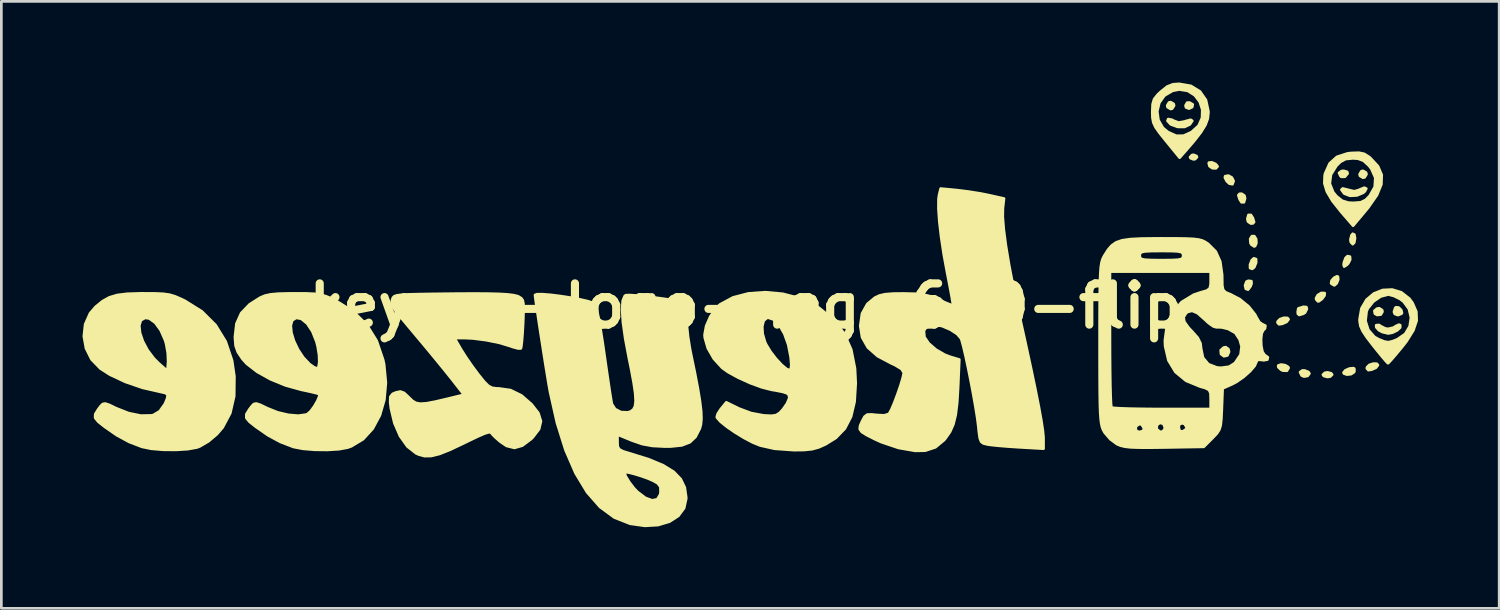
<source format=kicad_pcb>
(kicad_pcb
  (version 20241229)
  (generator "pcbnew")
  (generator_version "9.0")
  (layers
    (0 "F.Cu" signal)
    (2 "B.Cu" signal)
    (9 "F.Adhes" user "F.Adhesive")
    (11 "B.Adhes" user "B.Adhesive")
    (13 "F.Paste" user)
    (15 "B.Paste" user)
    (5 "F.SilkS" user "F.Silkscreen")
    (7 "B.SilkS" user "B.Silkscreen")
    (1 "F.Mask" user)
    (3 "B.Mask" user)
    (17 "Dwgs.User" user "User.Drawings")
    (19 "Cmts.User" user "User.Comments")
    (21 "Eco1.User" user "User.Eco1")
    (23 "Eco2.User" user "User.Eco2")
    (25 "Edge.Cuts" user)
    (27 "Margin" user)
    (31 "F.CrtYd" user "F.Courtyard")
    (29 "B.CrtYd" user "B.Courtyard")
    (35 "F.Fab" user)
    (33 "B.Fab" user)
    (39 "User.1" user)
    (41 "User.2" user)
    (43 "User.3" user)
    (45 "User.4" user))
  (footprint "keyzee-logo-neg-640-flip"
    (layer "F.Cu")
    (at 24.517 8.26)
    (property "Reference" "keyzee-logo-neg-640-flip" (at 0 0 0) (layer "F.SilkS") (effects (font (size 1.524 1.524) (thickness 0.3))))
    (attr through_hole)
    (fp_poly (pts (xy 16.523 -7.449) (xy 16.503 -7.352) (xy 16.387 -7.296) (xy 16.275 -7.337) (xy 16.256 -7.408) (xy 16.317 -7.515) (xy 16.404 -7.519) (xy 16.523 -7.449)) (stroke (width 0.1) (type solid)) (fill yes) (layer "F.SilkS"))
    (fp_poly (pts (xy 15.833 -7.408) (xy 15.765 -7.296) (xy 15.706 -7.281) (xy 15.593 -7.349) (xy 15.579 -7.408) (xy 15.646 -7.521) (xy 15.706 -7.535) (xy 15.818 -7.468) (xy 15.833 -7.408)) (stroke (width 0.1) (type solid)) (fill yes) (layer "F.SilkS"))
    (fp_poly (pts (xy 16.679 -5.503) (xy 16.611 -5.428) (xy 16.552 -5.419) (xy 16.44 -5.464) (xy 16.425 -5.503) (xy 16.494 -5.578) (xy 16.552 -5.588) (xy 16.665 -5.542) (xy 16.679 -5.503)) (stroke (width 0.1) (type solid)) (fill yes) (layer "F.SilkS"))
    (fp_poly (pts (xy 17.865 1.693) (xy 17.804 1.83) (xy 17.676 1.859) (xy 17.568 1.778) (xy 17.557 1.636) (xy 17.667 1.537) (xy 17.743 1.524) (xy 17.842 1.594) (xy 17.865 1.693)) (stroke (width 0.1) (type solid)) (fill yes) (layer "F.SilkS"))
    (fp_poly (pts (xy 18.457 -3.979) (xy 18.416 -3.833) (xy 18.327 -3.833) (xy 18.255 -3.944) (xy 18.209 -4.094) (xy 18.253 -4.144) (xy 18.33 -4.149) (xy 18.434 -4.078) (xy 18.457 -3.979)) (stroke (width 0.1) (type solid)) (fill yes) (layer "F.SilkS"))
    (fp_poly (pts (xy 18.697 -0.832) (xy 18.66 -0.727) (xy 18.569 -0.604) (xy 18.485 -0.634) (xy 18.457 -0.762) (xy 18.51 -0.9) (xy 18.584 -0.931) (xy 18.691 -0.915) (xy 18.697 -0.832)) (stroke (width 0.1) (type solid)) (fill yes) (layer "F.SilkS"))
    (fp_poly (pts (xy 18.79 -3.102) (xy 18.746 -3.052) (xy 18.669 -3.048) (xy 18.566 -3.119) (xy 18.542 -3.217) (xy 18.583 -3.364) (xy 18.673 -3.364) (xy 18.745 -3.253) (xy 18.79 -3.102)) (stroke (width 0.1) (type solid)) (fill yes) (layer "F.SilkS"))
    (fp_poly (pts (xy 18.867 -1.604) (xy 18.8 -1.436) (xy 18.725 -1.373) (xy 18.643 -1.4) (xy 18.641 -1.529) (xy 18.707 -1.696) (xy 18.782 -1.76) (xy 18.864 -1.732) (xy 18.867 -1.604)) (stroke (width 0.1) (type solid)) (fill yes) (layer "F.SilkS"))
    (fp_poly (pts (xy 20.836 2.498) (xy 20.771 2.586) (xy 20.637 2.61) (xy 20.549 2.571) (xy 20.49 2.448) (xy 20.574 2.384) (xy 20.662 2.386) (xy 20.802 2.443) (xy 20.836 2.498)) (stroke (width 0.1) (type solid)) (fill yes) (layer "F.SilkS"))
    (fp_poly (pts (xy 21.675 2.54) (xy 21.604 2.609) (xy 21.505 2.625) (xy 21.368 2.589) (xy 21.336 2.54) (xy 21.407 2.471) (xy 21.505 2.455) (xy 21.643 2.491) (xy 21.675 2.54)) (stroke (width 0.1) (type solid)) (fill yes) (layer "F.SilkS"))
    (fp_poly (pts (xy 22.248 -4.895) (xy 22.149 -4.778) (xy 22.018 -4.773) (xy 21.987 -4.796) (xy 21.931 -4.917) (xy 22.026 -4.988) (xy 22.105 -4.995) (xy 22.232 -4.956) (xy 22.248 -4.895)) (stroke (width 0.1) (type solid)) (fill yes) (layer "F.SilkS"))
    (fp_poly (pts (xy 22.521 -2.503) (xy 22.493 -2.341) (xy 22.437 -2.286) (xy 22.367 -2.357) (xy 22.352 -2.45) (xy 22.391 -2.612) (xy 22.437 -2.667) (xy 22.499 -2.637) (xy 22.521 -2.503)) (stroke (width 0.1) (type solid)) (fill yes) (layer "F.SilkS"))
    (fp_poly (pts (xy 22.945 -4.868) (xy 22.877 -4.756) (xy 22.818 -4.741) (xy 22.705 -4.809) (xy 22.691 -4.868) (xy 22.758 -4.981) (xy 22.818 -4.995) (xy 22.93 -4.928) (xy 22.945 -4.868)) (stroke (width 0.1) (type solid)) (fill yes) (layer "F.SilkS"))
    (fp_poly (pts (xy 23.537 0.212) (xy 23.474 0.318) (xy 23.341 0.333) (xy 23.257 0.285) (xy 23.238 0.181) (xy 23.335 0.099) (xy 23.415 0.085) (xy 23.523 0.153) (xy 23.537 0.212)) (stroke (width 0.1) (type solid)) (fill yes) (layer "F.SilkS"))
    (fp_poly (pts (xy 18.034 -4.617) (xy 17.99 -4.501) (xy 17.878 -4.522) (xy 17.778 -4.616) (xy 17.712 -4.744) (xy 17.722 -4.796) (xy 17.841 -4.819) (xy 17.971 -4.745) (xy 18.034 -4.619) (xy 18.034 -4.617)) (stroke (width 0.1) (type solid)) (fill yes) (layer "F.SilkS"))
    (fp_poly (pts (xy 18.875 -2.321) (xy 18.828 -2.214) (xy 18.793 -2.201) (xy 18.69 -2.269) (xy 18.659 -2.324) (xy 18.647 -2.478) (xy 18.711 -2.581) (xy 18.802 -2.579) (xy 18.867 -2.471) (xy 18.875 -2.321)) (stroke (width 0.1) (type solid)) (fill yes) (layer "F.SilkS"))
    (fp_poly (pts (xy 20.066 0.493) (xy 19.995 0.588) (xy 19.831 0.661) (xy 19.713 0.677) (xy 19.657 0.616) (xy 19.663 0.572) (xy 19.75 0.486) (xy 19.895 0.438) (xy 20.024 0.443) (xy 20.066 0.493)) (stroke (width 0.1) (type solid)) (fill yes) (layer "F.SilkS"))
    (fp_poly (pts (xy 20.066 2.291) (xy 20.005 2.395) (xy 19.854 2.389) (xy 19.787 2.358) (xy 19.686 2.262) (xy 19.683 2.204) (xy 19.786 2.166) (xy 19.939 2.19) (xy 20.052 2.256) (xy 20.066 2.291)) (stroke (width 0.1) (type solid)) (fill yes) (layer "F.SilkS"))
    (fp_poly (pts (xy 22.343 -1.714) (xy 22.274 -1.576) (xy 22.217 -1.517) (xy 22.12 -1.456) (xy 22.101 -1.526) (xy 22.111 -1.606) (xy 22.173 -1.775) (xy 22.246 -1.842) (xy 22.335 -1.822) (xy 22.343 -1.714)) (stroke (width 0.1) (type solid)) (fill yes) (layer "F.SilkS"))
    (fp_poly (pts (xy 23.368 2.186) (xy 23.297 2.282) (xy 23.133 2.354) (xy 23.015 2.371) (xy 22.959 2.309) (xy 22.965 2.265) (xy 23.052 2.179) (xy 23.197 2.132) (xy 23.326 2.136) (xy 23.368 2.186)) (stroke (width 0.1) (type solid)) (fill yes) (layer "F.SilkS"))
    (fp_poly (pts (xy 24.256 0.262) (xy 24.242 0.283) (xy 24.108 0.339) (xy 23.99 0.293) (xy 23.961 0.217) (xy 24.006 0.077) (xy 24.036 0.048) (xy 24.138 0.06) (xy 24.232 0.155) (xy 24.256 0.262)) (stroke (width 0.1) (type solid)) (fill yes) (layer "F.SilkS"))
    (fp_poly (pts (xy 17.441 -5.156) (xy 17.38 -5.088) (xy 17.252 -5.093) (xy 17.144 -5.166) (xy 17.142 -5.17) (xy 17.114 -5.28) (xy 17.124 -5.299) (xy 17.23 -5.308) (xy 17.367 -5.248) (xy 17.441 -5.161) (xy 17.441 -5.156)) (stroke (width 0.1) (type solid)) (fill yes) (layer "F.SilkS"))
    (fp_poly (pts (xy 21.403 -0.47) (xy 21.392 -0.382) (xy 21.303 -0.262) (xy 21.192 -0.178) (xy 21.156 -0.169) (xy 21.089 -0.237) (xy 21.082 -0.287) (xy 21.144 -0.401) (xy 21.275 -0.48) (xy 21.394 -0.477) (xy 21.403 -0.47)) (stroke (width 0.1) (type solid)) (fill yes) (layer "F.SilkS"))
    (fp_poly (pts (xy 21.901 -0.975) (xy 21.844 -0.836) (xy 21.76 -0.762) (xy 21.755 -0.762) (xy 21.649 -0.823) (xy 21.638 -0.837) (xy 21.654 -0.934) (xy 21.748 -1.041) (xy 21.854 -1.095) (xy 21.89 -1.083) (xy 21.901 -0.975)) (stroke (width 0.1) (type solid)) (fill yes) (layer "F.SilkS"))
    (fp_poly (pts (xy 22.499 2.415) (xy 22.482 2.45) (xy 22.374 2.52) (xy 22.224 2.537) (xy 22.113 2.498) (xy 22.098 2.461) (xy 22.168 2.379) (xy 22.317 2.314) (xy 22.458 2.299) (xy 22.494 2.315) (xy 22.499 2.415)) (stroke (width 0.1) (type solid)) (fill yes) (layer "F.SilkS"))
    (fp_poly (pts (xy 20.743 0.109) (xy 20.675 0.246) (xy 20.609 0.287) (xy 20.459 0.333) (xy 20.409 0.289) (xy 20.405 0.212) (xy 20.424 0.099) (xy 20.44 0.085) (xy 20.54 0.058) (xy 20.609 0.033) (xy 20.723 0.041) (xy 20.743 0.109)) (stroke (width 0.1) (type solid)) (fill yes) (layer "F.SilkS"))
    (fp_poly (pts (xy 16.506 -6.843) (xy 16.422 -6.719) (xy 16.408 -6.706) (xy 16.218 -6.618) (xy 15.963 -6.62) (xy 15.724 -6.708) (xy 15.701 -6.724) (xy 15.59 -6.844) (xy 15.616 -6.908) (xy 15.747 -6.885) (xy 15.823 -6.845) (xy 16.003 -6.779) (xy 16.219 -6.818) (xy 16.254 -6.831) (xy 16.448 -6.882) (xy 16.506 -6.843)) (stroke (width 0.1) (type solid)) (fill yes) (layer "F.SilkS"))
    (fp_poly (pts (xy 22.938 -4.338) (xy 22.885 -4.237) (xy 22.823 -4.184) (xy 22.591 -4.086) (xy 22.334 -4.074) (xy 22.132 -4.151) (xy 22.115 -4.166) (xy 22.019 -4.296) (xy 22.066 -4.342) (xy 22.249 -4.299) (xy 22.269 -4.291) (xy 22.496 -4.238) (xy 22.676 -4.29) (xy 22.701 -4.305) (xy 22.866 -4.371) (xy 22.938 -4.338)) (stroke (width 0.1) (type solid)) (fill yes) (layer "F.SilkS"))
    (fp_poly (pts (xy 24.192 0.711) (xy 24.189 0.8) (xy 24.076 0.904) (xy 23.905 0.987) (xy 23.749 1.016) (xy 23.536 0.966) (xy 23.405 0.896) (xy 23.304 0.782) (xy 23.306 0.711) (xy 23.411 0.704) (xy 23.471 0.746) (xy 23.635 0.83) (xy 23.749 0.847) (xy 23.943 0.802) (xy 24.027 0.746) (xy 24.145 0.692) (xy 24.192 0.711)) (stroke (width 0.1) (type solid)) (fill yes) (layer "F.SilkS"))
    (fp_poly (pts (xy 17.102 -7.146) (xy 17.078 -6.923) (xy 16.993 -6.693) (xy 16.877 -6.504) (xy 16.877 -7.257) (xy 16.783 -7.546) (xy 16.599 -7.788) (xy 16.341 -7.951) (xy 16.024 -8.002) (xy 15.78 -7.955) (xy 15.479 -7.779) (xy 15.288 -7.512) (xy 15.211 -7.196) (xy 15.254 -6.872) (xy 15.42 -6.584) (xy 15.607 -6.429) (xy 15.913 -6.291) (xy 16.187 -6.294) (xy 16.48 -6.428) (xy 16.741 -6.666) (xy 16.868 -6.953) (xy 16.877 -7.257) (xy 16.877 -6.504) (xy 16.831 -6.428) (xy 16.574 -6.097) (xy 16.328 -5.81) (xy 16.039 -5.481) (xy 15.534 -6.099) (xy 15.296 -6.396) (xy 15.147 -6.608) (xy 15.067 -6.781) (xy 15.034 -6.958) (xy 15.028 -7.175) (xy 15.04 -7.456) (xy 15.094 -7.642) (xy 15.224 -7.808) (xy 15.345 -7.923) (xy 15.58 -8.11) (xy 15.796 -8.194) (xy 16.022 -8.21) (xy 16.454 -8.135) (xy 16.79 -7.93) (xy 17.011 -7.613) (xy 17.101 -7.199) (xy 17.102 -7.146)) (stroke (width 0.1) (type solid)) (fill yes) (layer "F.SilkS"))
    (fp_poly (pts (xy 23.508 -4.845) (xy 23.495 -4.493) (xy 23.333 -4.098) (xy 23.272 -4.011) (xy 23.272 -4.74) (xy 23.124 -5.074) (xy 23.038 -5.183) (xy 22.838 -5.368) (xy 22.632 -5.445) (xy 22.437 -5.457) (xy 22.173 -5.431) (xy 21.978 -5.325) (xy 21.835 -5.183) (xy 21.63 -4.854) (xy 21.589 -4.522) (xy 21.715 -4.205) (xy 21.837 -4.057) (xy 22.047 -3.889) (xy 22.276 -3.819) (xy 22.465 -3.81) (xy 22.732 -3.831) (xy 22.914 -3.918) (xy 23.064 -4.07) (xy 23.252 -4.402) (xy 23.272 -4.74) (xy 23.272 -4.011) (xy 23.018 -3.646) (xy 22.949 -3.561) (xy 22.451 -2.966) (xy 22.02 -3.463) (xy 21.687 -3.881) (xy 21.481 -4.228) (xy 21.389 -4.534) (xy 21.4 -4.826) (xy 21.417 -4.898) (xy 21.583 -5.268) (xy 21.854 -5.512) (xy 22.243 -5.638) (xy 22.376 -5.654) (xy 22.663 -5.664) (xy 22.858 -5.624) (xy 23.033 -5.515) (xy 23.086 -5.472) (xy 23.371 -5.166) (xy 23.508 -4.845)) (stroke (width 0.1) (type solid)) (fill yes) (layer "F.SilkS"))
    (fp_poly (pts (xy 24.8 0.541) (xy 24.68 0.901) (xy 24.591 1.043) (xy 24.591 0.431) (xy 24.516 0.112) (xy 24.316 -0.162) (xy 24.185 -0.26) (xy 23.96 -0.37) (xy 23.765 -0.422) (xy 23.749 -0.423) (xy 23.469 -0.35) (xy 23.198 -0.163) (xy 22.996 0.09) (xy 22.949 0.198) (xy 22.91 0.554) (xy 23.013 0.884) (xy 23.238 1.142) (xy 23.386 1.227) (xy 23.608 1.317) (xy 23.76 1.341) (xy 23.925 1.299) (xy 24.093 1.231) (xy 24.377 1.033) (xy 24.544 0.752) (xy 24.591 0.431) (xy 24.591 1.043) (xy 24.422 1.313) (xy 24.258 1.523) (xy 24.041 1.784) (xy 23.866 1.987) (xy 23.76 2.102) (xy 23.74 2.117) (xy 23.678 2.055) (xy 23.535 1.888) (xy 23.336 1.646) (xy 23.2 1.476) (xy 22.955 1.157) (xy 22.802 0.925) (xy 22.721 0.74) (xy 22.692 0.562) (xy 22.691 0.491) (xy 22.76 0.089) (xy 22.947 -0.231) (xy 23.219 -0.46) (xy 23.545 -0.589) (xy 23.893 -0.606) (xy 24.232 -0.504) (xy 24.53 -0.271) (xy 24.648 -0.111) (xy 24.788 0.211) (xy 24.8 0.541)) (stroke (width 0.1) (type solid)) (fill yes) (layer "F.SilkS"))
    (fp_poly (pts (xy -18.903 2.604) (xy -18.911 3.333) (xy -19.055 3.962) (xy -19.336 4.49) (xy -19.551 4.741) (xy -19.868 5.008) (xy -20.185 5.192) (xy -20.287 5.231) (xy -20.626 5.292) (xy -21.064 5.32) (xy -21.352 5.317) (xy -21.352 2.044) (xy -21.365 1.737) (xy -21.427 1.393) (xy -21.462 1.273) (xy -21.626 0.899) (xy -21.829 0.62) (xy -22.047 0.462) (xy -22.205 0.439) (xy -22.36 0.53) (xy -22.419 0.724) (xy -22.392 0.992) (xy -22.287 1.304) (xy -22.114 1.63) (xy -21.881 1.94) (xy -21.701 2.12) (xy -21.378 2.404) (xy -21.352 2.044) (xy -21.352 5.317) (xy -21.536 5.315) (xy -21.975 5.278) (xy -22.316 5.208) (xy -22.317 5.208) (xy -22.792 5.026) (xy -23.247 4.779) (xy -23.687 4.474) (xy -23.932 4.281) (xy -24.049 4.139) (xy -24.047 4) (xy -23.935 3.819) (xy -23.846 3.702) (xy -23.769 3.624) (xy -23.679 3.607) (xy -23.528 3.657) (xy -23.279 3.778) (xy -22.817 3.961) (xy -22.36 4.054) (xy -21.964 4.046) (xy -21.902 4.033) (xy -21.665 3.893) (xy -21.47 3.619) (xy -21.386 3.412) (xy -21.368 3.288) (xy -21.443 3.22) (xy -21.649 3.173) (xy -22.301 3.024) (xy -22.937 2.805) (xy -23.503 2.539) (xy -23.856 2.313) (xy -24.183 1.975) (xy -24.388 1.566) (xy -24.467 1.121) (xy -24.419 0.678) (xy -24.24 0.274) (xy -24.032 0.031) (xy -23.779 -0.175) (xy -23.527 -0.316) (xy -23.235 -0.404) (xy -22.862 -0.45) (xy -22.368 -0.465) (xy -22.267 -0.465) (xy -21.838 -0.463) (xy -21.531 -0.449) (xy -21.298 -0.416) (xy -21.093 -0.354) (xy -20.868 -0.256) (xy -20.737 -0.193) (xy -20.102 0.204) (xy -19.596 0.709) (xy -19.224 1.316) (xy -18.988 2.021) (xy -18.903 2.604)) (stroke (width 0.1) (type solid)) (fill yes) (layer "F.SilkS"))
    (fp_poly (pts (xy 4.064 2.854) (xy 4.023 3.538) (xy 3.893 4.091) (xy 3.665 4.531) (xy 3.331 4.877) (xy 2.949 5.114) (xy 2.693 5.228) (xy 2.451 5.294) (xy 2.163 5.324) (xy 1.783 5.329) (xy 1.684 5.322) (xy 1.684 2.171) (xy 1.66 1.891) (xy 1.571 1.432) (xy 1.428 1.031) (xy 1.246 0.713) (xy 1.042 0.505) (xy 0.831 0.433) (xy 0.789 0.438) (xy 0.665 0.538) (xy 0.609 0.75) (xy 0.624 1.028) (xy 0.711 1.33) (xy 0.754 1.424) (xy 0.912 1.684) (xy 1.113 1.947) (xy 1.323 2.174) (xy 1.505 2.327) (xy 1.609 2.371) (xy 1.668 2.325) (xy 1.684 2.171) (xy 1.684 5.322) (xy 1.065 5.277) (xy 0.531 5.157) (xy 0.259 5.046) (xy -0.061 4.878) (xy -0.39 4.678) (xy -0.691 4.471) (xy -0.927 4.282) (xy -1.058 4.135) (xy -1.071 4.106) (xy -1.038 3.99) (xy -0.926 3.816) (xy -0.906 3.792) (xy -0.718 3.562) (xy -0.263 3.787) (xy 0.195 3.959) (xy 0.665 4.047) (xy 0.674 4.047) (xy 0.954 4.06) (xy 1.128 4.034) (xy 1.258 3.949) (xy 1.382 3.813) (xy 1.526 3.604) (xy 1.604 3.419) (xy 1.609 3.382) (xy 1.594 3.291) (xy 1.528 3.228) (xy 1.375 3.177) (xy 1.102 3.123) (xy 0.96 3.1) (xy 0.594 3.007) (xy 0.165 2.85) (xy -0.267 2.655) (xy -0.643 2.45) (xy -0.867 2.291) (xy -1.177 1.953) (xy -1.403 1.56) (xy -1.515 1.169) (xy -1.522 1.064) (xy -1.463 0.74) (xy -1.308 0.387) (xy -1.093 0.077) (xy -0.946 -0.06) (xy -0.47 -0.315) (xy 0.1 -0.464) (xy 0.725 -0.508) (xy 1.369 -0.449) (xy 1.993 -0.288) (xy 2.561 -0.027) (xy 2.706 0.066) (xy 3.242 0.509) (xy 3.637 1.02) (xy 3.899 1.614) (xy 4.037 2.309) (xy 4.064 2.854)) (stroke (width 0.1) (type solid)) (fill yes) (layer "F.SilkS"))
    (fp_poly (pts (xy -13.304 2.837) (xy -13.359 3.469) (xy -13.525 4.043) (xy -13.79 4.535) (xy -14.145 4.924) (xy -14.58 5.186) (xy -14.72 5.236) (xy -15.043 5.295) (xy -15.468 5.321) (xy -15.93 5.316) (xy -16.364 5.28) (xy -16.706 5.215) (xy -16.729 5.208) (xy -17.204 5.026) (xy -17.659 4.779) (xy -18.099 4.474) (xy -18.344 4.281) (xy -18.461 4.139) (xy -18.459 4) (xy -18.347 3.819) (xy -18.258 3.702) (xy -18.182 3.624) (xy -18.091 3.607) (xy -17.941 3.657) (xy -17.687 3.78) (xy -17.685 3.781) (xy -17.307 3.932) (xy -16.908 4.026) (xy -16.54 4.057) (xy -16.254 4.017) (xy -16.195 3.992) (xy -16.078 3.884) (xy -15.946 3.702) (xy -15.83 3.5) (xy -15.762 3.332) (xy -15.764 3.258) (xy -15.764 3.258) (xy -15.764 2.067) (xy -15.773 1.812) (xy -15.825 1.493) (xy -15.868 1.324) (xy -16.019 0.942) (xy -16.214 0.649) (xy -16.429 0.474) (xy -16.617 0.439) (xy -16.764 0.529) (xy -16.819 0.722) (xy -16.794 0.988) (xy -16.701 1.295) (xy -16.55 1.612) (xy -16.353 1.908) (xy -16.122 2.151) (xy -15.959 2.265) (xy -15.845 2.311) (xy -15.79 2.252) (xy -15.764 2.067) (xy -15.764 3.258) (xy -15.855 3.228) (xy -16.07 3.175) (xy -16.366 3.111) (xy -16.427 3.098) (xy -17.007 2.938) (xy -17.564 2.711) (xy -18.056 2.437) (xy -18.443 2.137) (xy -18.602 1.962) (xy -18.776 1.703) (xy -18.858 1.469) (xy -18.881 1.168) (xy -18.881 1.132) (xy -18.826 0.654) (xy -18.651 0.265) (xy -18.339 -0.06) (xy -17.949 -0.307) (xy -17.778 -0.38) (xy -17.568 -0.427) (xy -17.279 -0.454) (xy -16.874 -0.464) (xy -16.679 -0.465) (xy -16.25 -0.463) (xy -15.942 -0.449) (xy -15.71 -0.415) (xy -15.505 -0.354) (xy -15.281 -0.257) (xy -15.155 -0.196) (xy -14.515 0.2) (xy -14.012 0.693) (xy -13.643 1.289) (xy -13.404 1.993) (xy -13.367 2.168) (xy -13.304 2.837)) (stroke (width 0.1) (type solid)) (fill yes) (layer "F.SilkS"))
    (fp_poly (pts (xy -7.571 4.261) (xy -7.64 4.553) (xy -7.872 4.857) (xy -7.938 4.921) (xy -8.26 5.162) (xy -8.551 5.246) (xy -8.84 5.174) (xy -9.074 5.016) (xy -9.254 4.859) (xy -9.368 4.743) (xy -9.384 4.72) (xy -9.424 4.675) (xy -9.505 4.67) (xy -9.651 4.714) (xy -9.886 4.816) (xy -10.237 4.983) (xy -10.44 5.083) (xy -10.939 5.318) (xy -11.324 5.471) (xy -11.626 5.546) (xy -11.873 5.55) (xy -12.095 5.489) (xy -12.19 5.444) (xy -12.507 5.194) (xy -12.779 4.811) (xy -12.988 4.329) (xy -13.118 3.783) (xy -13.143 3.565) (xy -13.138 3.359) (xy -13.053 3.25) (xy -12.931 3.198) (xy -12.767 3.163) (xy -12.631 3.213) (xy -12.46 3.371) (xy -12.446 3.387) (xy -12.319 3.509) (xy -12.191 3.585) (xy -12.029 3.614) (xy -11.803 3.599) (xy -11.481 3.538) (xy -11.032 3.433) (xy -10.943 3.411) (xy -10.415 3.282) (xy -10.854 2.72) (xy -11.077 2.442) (xy -11.373 2.078) (xy -11.707 1.672) (xy -12.043 1.268) (xy -12.103 1.197) (xy -12.459 0.773) (xy -12.721 0.458) (xy -12.901 0.233) (xy -13.013 0.077) (xy -13.072 -0.031) (xy -13.09 -0.11) (xy -13.082 -0.181) (xy -13.068 -0.234) (xy -13.044 -0.304) (xy -12.997 -0.354) (xy -12.903 -0.389) (xy -12.736 -0.412) (xy -12.473 -0.427) (xy -12.087 -0.437) (xy -11.611 -0.445) (xy -10.771 -0.455) (xy -10.086 -0.459) (xy -9.539 -0.456) (xy -9.115 -0.445) (xy -8.8 -0.426) (xy -8.577 -0.398) (xy -8.432 -0.362) (xy -8.389 -0.342) (xy -8.301 -0.287) (xy -8.246 -0.213) (xy -8.218 -0.087) (xy -8.212 0.127) (xy -8.223 0.462) (xy -8.23 0.644) (xy -8.251 1.013) (xy -8.275 1.315) (xy -8.299 1.513) (xy -8.315 1.57) (xy -8.415 1.571) (xy -8.61 1.518) (xy -8.689 1.489) (xy -9.094 1.366) (xy -9.585 1.265) (xy -10.08 1.201) (xy -10.394 1.185) (xy -10.767 1.185) (xy -10.527 1.6) (xy -10.348 1.883) (xy -10.114 2.223) (xy -9.885 2.531) (xy -9.673 2.794) (xy -9.52 2.949) (xy -9.384 3.024) (xy -9.224 3.047) (xy -9.141 3.048) (xy -8.697 3.11) (xy -8.294 3.307) (xy -7.921 3.631) (xy -7.665 3.96) (xy -7.571 4.261)) (stroke (width 0.1) (type solid)) (fill yes) (layer "F.SilkS"))
    (fp_poly (pts (xy 11.007 5.275) (xy 10.097 5.223) (xy 9.691 5.196) (xy 9.322 5.165) (xy 9.04 5.135) (xy 8.921 5.116) (xy 8.783 5.081) (xy 8.7 5.017) (xy 8.65 4.886) (xy 8.617 4.647) (xy 8.598 4.458) (xy 8.559 4.153) (xy 8.495 3.75) (xy 8.413 3.283) (xy 8.32 2.79) (xy 8.223 2.306) (xy 8.129 1.865) (xy 8.045 1.506) (xy 7.979 1.262) (xy 7.957 1.202) (xy 7.816 1.038) (xy 7.568 0.876) (xy 7.27 0.748) (xy 6.983 0.682) (xy 6.924 0.679) (xy 6.7 0.744) (xy 6.585 0.916) (xy 6.606 1.15) (xy 6.762 1.381) (xy 7.028 1.612) (xy 7.352 1.801) (xy 7.549 1.877) (xy 7.893 1.98) (xy 7.85 3.001) (xy 7.815 3.583) (xy 7.76 4.029) (xy 7.675 4.375) (xy 7.552 4.653) (xy 7.382 4.897) (xy 7.33 4.959) (xy 7.011 5.224) (xy 6.633 5.349) (xy 6.265 5.355) (xy 5.648 5.248) (xy 5.012 5.033) (xy 4.784 4.93) (xy 4.471 4.772) (xy 4.289 4.657) (xy 4.214 4.554) (xy 4.225 4.433) (xy 4.296 4.268) (xy 4.391 4.093) (xy 4.491 4.016) (xy 4.659 4.01) (xy 4.825 4.029) (xy 5.114 4.045) (xy 5.278 3.995) (xy 5.307 3.967) (xy 5.387 3.82) (xy 5.495 3.564) (xy 5.613 3.249) (xy 5.723 2.929) (xy 5.805 2.654) (xy 5.842 2.477) (xy 5.842 2.466) (xy 5.758 2.329) (xy 5.505 2.177) (xy 5.397 2.13) (xy 4.876 1.855) (xy 4.512 1.534) (xy 4.3 1.159) (xy 4.233 0.735) (xy 4.298 0.279) (xy 4.496 -0.075) (xy 4.774 -0.306) (xy 4.943 -0.386) (xy 5.155 -0.434) (xy 5.454 -0.457) (xy 5.842 -0.461) (xy 6.258 -0.451) (xy 6.564 -0.42) (xy 6.819 -0.359) (xy 7.084 -0.255) (xy 7.146 -0.227) (xy 7.403 -0.113) (xy 7.589 -0.039) (xy 7.662 -0.02) (xy 7.652 -0.106) (xy 7.615 -0.329) (xy 7.554 -0.656) (xy 7.477 -1.06) (xy 7.444 -1.228) (xy 7.319 -1.908) (xy 7.223 -2.548) (xy 7.156 -3.12) (xy 7.123 -3.599) (xy 7.126 -3.956) (xy 7.148 -4.112) (xy 7.205 -4.339) (xy 7.815 -4.281) (xy 8.231 -4.229) (xy 8.682 -4.157) (xy 8.985 -4.096) (xy 9.546 -3.971) (xy 9.505 -3.611) (xy 9.5 -3.29) (xy 9.538 -2.824) (xy 9.616 -2.232) (xy 9.732 -1.533) (xy 9.882 -0.746) (xy 10.063 0.112) (xy 10.086 0.212) (xy 10.332 1.321) (xy 10.538 2.272) (xy 10.705 3.07) (xy 10.834 3.722) (xy 10.926 4.233) (xy 10.983 4.609) (xy 11.006 4.856) (xy 11.007 4.887) (xy 11.007 5.275)) (stroke (width 0.1) (type solid)) (fill yes) (layer "F.SilkS"))
    (fp_poly (pts (xy -1.639 4.172) (xy -1.658 4.383) (xy -1.699 4.532) (xy -1.855 4.837) (xy -2.066 5.038) (xy -2.365 5.153) (xy -2.783 5.196) (xy -2.992 5.197) (xy -3.452 5.173) (xy -3.828 5.104) (xy -4.204 4.974) (xy -4.212 4.971) (xy -4.741 4.753) (xy -4.741 5.038) (xy -4.732 5.198) (xy -4.677 5.299) (xy -4.538 5.373) (xy -4.276 5.453) (xy -4.255 5.459) (xy -3.574 5.672) (xy -3.049 5.893) (xy -2.663 6.131) (xy -2.403 6.4) (xy -2.254 6.711) (xy -2.202 7.075) (xy -2.201 7.119) (xy -2.278 7.472) (xy -2.491 7.76) (xy -2.819 7.972) (xy -3.149 8.07) (xy -3.149 6.884) (xy -3.154 6.688) (xy -3.248 6.561) (xy -3.403 6.469) (xy -3.607 6.379) (xy -3.863 6.288) (xy -4.123 6.208) (xy -4.342 6.154) (xy -4.471 6.14) (xy -4.487 6.15) (xy -4.436 6.298) (xy -4.306 6.511) (xy -4.137 6.733) (xy -4.008 6.869) (xy -3.71 7.095) (xy -3.458 7.187) (xy -3.27 7.146) (xy -3.164 6.971) (xy -3.149 6.884) (xy -3.149 8.07) (xy -3.24 8.098) (xy -3.729 8.127) (xy -4.265 8.051) (xy -4.276 8.049) (xy -4.856 7.82) (xy -5.387 7.431) (xy -5.866 6.885) (xy -6.291 6.182) (xy -6.663 5.326) (xy -6.979 4.319) (xy -7.235 3.175) (xy -7.278 2.937) (xy -7.335 2.589) (xy -7.404 2.164) (xy -7.479 1.691) (xy -7.555 1.202) (xy -7.628 0.728) (xy -7.692 0.299) (xy -7.744 -0.054) (xy -7.778 -0.3) (xy -7.789 -0.406) (xy -7.713 -0.435) (xy -7.507 -0.434) (xy -7.21 -0.41) (xy -6.858 -0.366) (xy -6.488 -0.31) (xy -6.137 -0.245) (xy -5.842 -0.177) (xy -5.64 -0.113) (xy -5.598 -0.091) (xy -5.54 0.023) (xy -5.469 0.301) (xy -5.385 0.744) (xy -5.289 1.353) (xy -5.238 1.705) (xy -5.162 2.238) (xy -5.091 2.723) (xy -5.03 3.132) (xy -4.982 3.436) (xy -4.953 3.607) (xy -4.95 3.622) (xy -4.83 3.811) (xy -4.612 3.924) (xy -4.359 3.934) (xy -4.257 3.902) (xy -4.156 3.829) (xy -4.093 3.707) (xy -4.07 3.515) (xy -4.086 3.232) (xy -4.143 2.839) (xy -4.241 2.314) (xy -4.317 1.94) (xy -4.454 1.213) (xy -4.539 0.611) (xy -4.57 0.14) (xy -4.548 -0.19) (xy -4.473 -0.371) (xy -4.433 -0.397) (xy -4.307 -0.403) (xy -4.056 -0.387) (xy -3.721 -0.353) (xy -3.344 -0.308) (xy -2.966 -0.256) (xy -2.629 -0.203) (xy -2.374 -0.154) (xy -2.264 -0.123) (xy -2.199 -0.013) (xy -2.18 0.252) (xy -2.185 0.403) (xy -2.177 0.716) (xy -2.135 1.128) (xy -2.064 1.573) (xy -2.032 1.736) (xy -1.88 2.473) (xy -1.767 3.065) (xy -1.691 3.533) (xy -1.649 3.895) (xy -1.639 4.172)) (stroke (width 0.1) (type solid)) (fill yes) (layer "F.SilkS"))
    (fp_poly (pts (xy 19.3 1.899) (xy 19.282 1.982) (xy 19.147 2.007) (xy 19.092 1.997) (xy 18.924 1.986) (xy 18.881 2.057) (xy 18.814 2.211) (xy 18.641 2.413) (xy 18.403 2.624) (xy 18.329 2.676) (xy 18.329 1.494) (xy 18.258 1.243) (xy 18.096 0.996) (xy 17.837 0.851) (xy 17.827 0.848) (xy 17.598 0.792) (xy 17.426 0.785) (xy 17.406 0.79) (xy 17.289 0.758) (xy 17.107 0.63) (xy 16.969 0.501) (xy 16.706 0.268) (xy 16.5 0.178) (xy 16.33 0.223) (xy 16.273 0.271) (xy 16.184 0.418) (xy 16.213 0.586) (xy 16.37 0.804) (xy 16.502 0.943) (xy 16.711 1.18) (xy 16.81 1.384) (xy 16.832 1.575) (xy 16.902 1.914) (xy 17.102 2.153) (xy 17.414 2.274) (xy 17.568 2.286) (xy 17.867 2.247) (xy 18.075 2.116) (xy 18.094 2.095) (xy 18.291 1.798) (xy 18.329 1.494) (xy 18.329 2.676) (xy 18.138 2.808) (xy 17.979 2.892) (xy 17.627 3.048) (xy 17.598 3.809) (xy 17.581 4.173) (xy 17.555 4.414) (xy 17.504 4.579) (xy 17.414 4.715) (xy 17.27 4.868) (xy 17.25 4.888) (xy 17.187 4.951) (xy 17.187 3.81) (xy 17.187 3.447) (xy 17.18 3.226) (xy 17.127 3.106) (xy 16.988 3.033) (xy 16.794 2.978) (xy 16.276 2.765) (xy 15.884 2.441) (xy 15.625 2.013) (xy 15.503 1.488) (xy 15.494 1.28) (xy 15.568 0.722) (xy 15.78 0.24) (xy 16.115 -0.146) (xy 16.559 -0.416) (xy 16.817 -0.502) (xy 17.045 -0.568) (xy 17.153 -0.65) (xy 17.185 -0.799) (xy 17.187 -0.933) (xy 17.187 -1.27) (xy 16.171 -1.27) (xy 16.171 -1.863) (xy 16.159 -1.941) (xy 16.102 -1.991) (xy 15.968 -2.018) (xy 15.726 -2.03) (xy 15.367 -2.032) (xy 14.993 -2.029) (xy 14.757 -2.017) (xy 14.628 -1.989) (xy 14.573 -1.938) (xy 14.563 -1.863) (xy 14.575 -1.784) (xy 14.632 -1.734) (xy 14.766 -1.707) (xy 15.008 -1.696) (xy 15.367 -1.693) (xy 15.741 -1.696) (xy 15.977 -1.708) (xy 16.106 -1.736) (xy 16.161 -1.787) (xy 16.171 -1.863) (xy 16.171 -1.27) (xy 15.325 -1.27) (xy 13.462 -1.27) (xy 13.462 1.214) (xy 13.464 1.846) (xy 13.469 2.423) (xy 13.477 2.922) (xy 13.488 3.323) (xy 13.5 3.604) (xy 13.514 3.743) (xy 13.518 3.754) (xy 13.616 3.77) (xy 13.858 3.785) (xy 14.218 3.797) (xy 14.67 3.805) (xy 15.189 3.81) (xy 15.381 3.81) (xy 17.187 3.81) (xy 17.187 4.951) (xy 16.931 5.207) (xy 16.298 5.217) (xy 16.298 4.487) (xy 16.228 4.368) (xy 16.15 4.334) (xy 16.03 4.364) (xy 16.002 4.487) (xy 16.045 4.626) (xy 16.15 4.641) (xy 16.276 4.557) (xy 16.298 4.487) (xy 16.298 5.217) (xy 15.494 5.231) (xy 15.494 4.487) (xy 15.434 4.351) (xy 15.305 4.321) (xy 15.198 4.403) (xy 15.187 4.545) (xy 15.297 4.644) (xy 15.372 4.657) (xy 15.471 4.586) (xy 15.494 4.487) (xy 15.494 5.231) (xy 15.472 5.231) (xy 14.924 5.238) (xy 14.716 5.237) (xy 14.716 4.508) (xy 14.632 4.383) (xy 14.563 4.36) (xy 14.443 4.431) (xy 14.409 4.508) (xy 14.439 4.629) (xy 14.563 4.657) (xy 14.702 4.614) (xy 14.716 4.508) (xy 14.716 5.237) (xy 14.517 5.236) (xy 14.222 5.225) (xy 14.011 5.2) (xy 13.854 5.162) (xy 13.724 5.107) (xy 13.719 5.104) (xy 13.476 4.925) (xy 13.271 4.686) (xy 13.253 4.657) (xy 13.207 4.571) (xy 13.17 4.475) (xy 13.142 4.351) (xy 13.12 4.18) (xy 13.104 3.945) (xy 13.093 3.627) (xy 13.086 3.208) (xy 13.083 2.67) (xy 13.081 1.994) (xy 13.081 1.397) (xy 13.081 0.607) (xy 13.083 -0.031) (xy 13.088 -0.537) (xy 13.096 -0.927) (xy 13.108 -1.222) (xy 13.125 -1.438) (xy 13.149 -1.593) (xy 13.18 -1.707) (xy 13.219 -1.797) (xy 13.25 -1.854) (xy 13.388 -2.073) (xy 13.527 -2.235) (xy 13.692 -2.35) (xy 13.911 -2.426) (xy 14.211 -2.47) (xy 14.618 -2.491) (xy 15.16 -2.497) (xy 15.352 -2.498) (xy 15.883 -2.497) (xy 16.273 -2.491) (xy 16.55 -2.478) (xy 16.744 -2.454) (xy 16.882 -2.416) (xy 16.994 -2.36) (xy 17.091 -2.295) (xy 17.373 -2.013) (xy 17.542 -1.639) (xy 17.609 -1.15) (xy 17.611 -1.036) (xy 17.615 -0.758) (xy 17.646 -0.599) (xy 17.727 -0.511) (xy 17.883 -0.443) (xy 17.913 -0.433) (xy 18.266 -0.248) (xy 18.591 0.019) (xy 18.828 0.318) (xy 18.881 0.423) (xy 18.986 0.598) (xy 19.097 0.677) (xy 19.103 0.677) (xy 19.208 0.73) (xy 19.192 0.837) (xy 19.135 0.889) (xy 19.072 1.01) (xy 19.047 1.226) (xy 19.057 1.474) (xy 19.099 1.688) (xy 19.17 1.805) (xy 19.177 1.809) (xy 19.3 1.899)) (stroke (width 0.1) (type solid)) (fill yes) (layer "F.SilkS")))
  (gr_rect
    (start -3 -3)
    (end 52.368 19.437)
    (stroke (width 0.1) (type default))
    (fill no)
    (layer "Edge.Cuts")))
</source>
